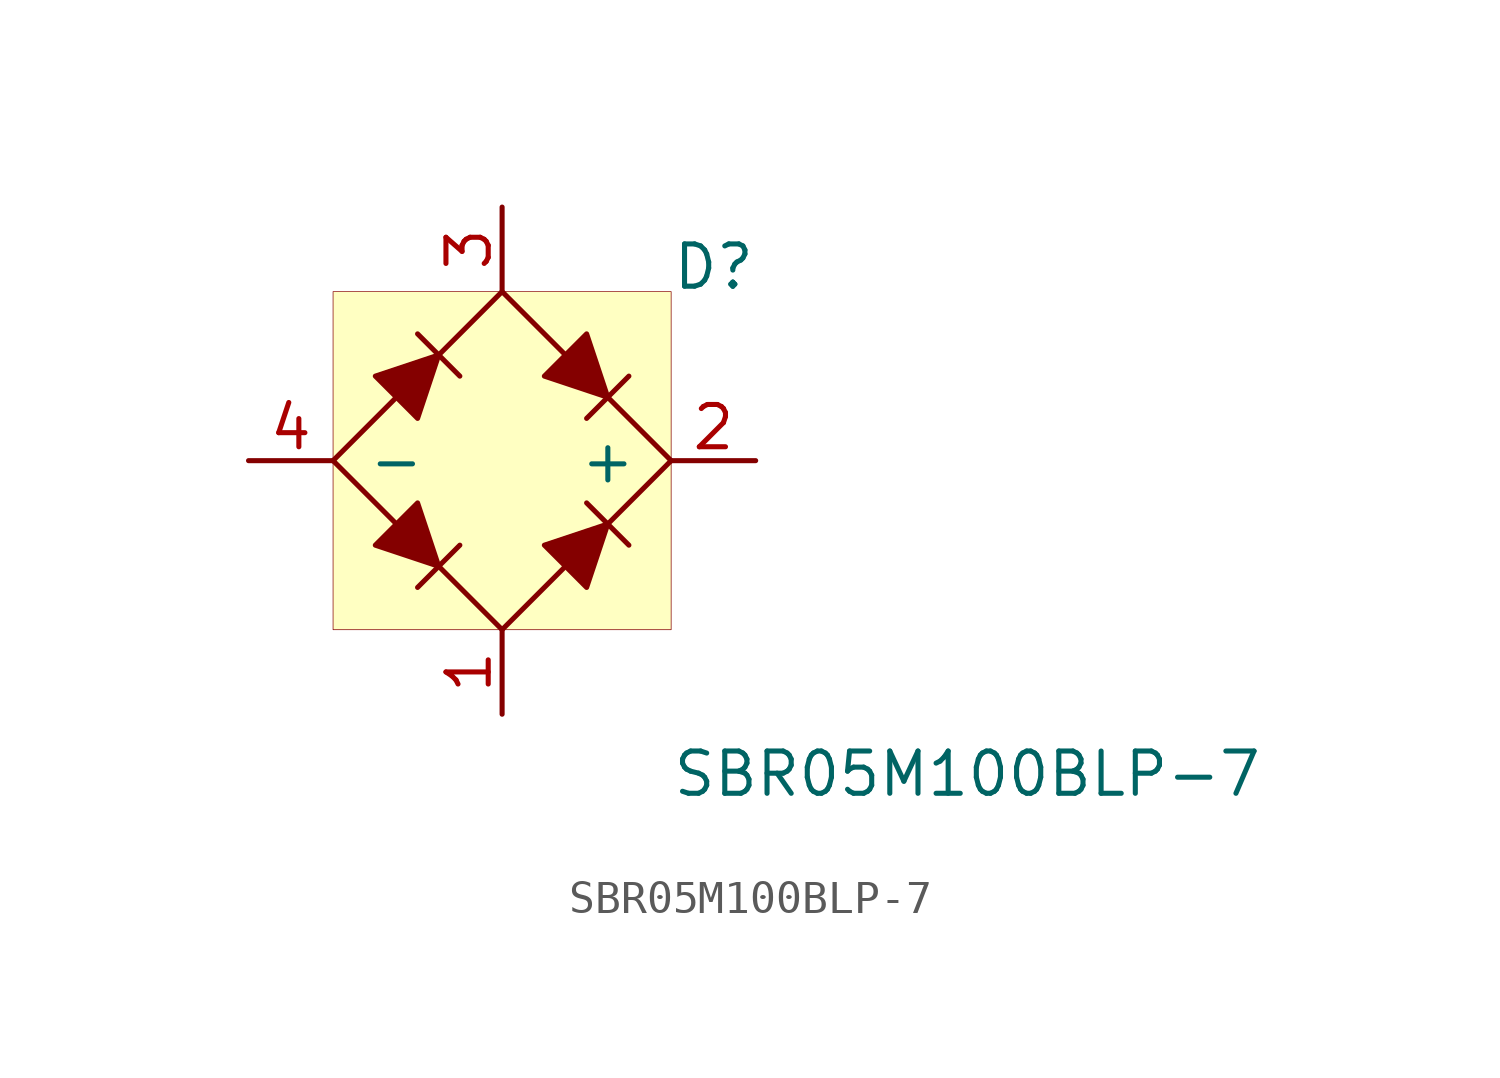
<source format=kicad_sym>
(kicad_symbol_lib
  (version 20231120)
  (generator "kicad_symbol_editor")
  (generator_version "8.0")
  (symbol "SBR05M100BLP-7"
    (pin_names
      (offset 1.016))
    (property "Reference" "D"
      (at 5.08 5.08 0)
      (effects (font (size 1.27 1.27)) (justify left bottom)))
    (property "Value" "SBR05M100BLP-7"
      (at 5.08 -10.16 0)
      (effects (font (size 1.27 1.27)) (justify left bottom)))
    (symbol "SBR05M100BLP-7_0_1"
      (polyline (pts (xy -2.54 3.81) (xy -1.27 2.54)) (stroke (width 0) (type default)) (fill (type none)))
      (polyline (pts (xy -1.27 -2.54) (xy -2.54 -3.81)) (stroke (width 0) (type default)) (fill (type none)))
      (polyline (pts (xy 2.54 -1.27) (xy 3.81 -2.54)) (stroke (width 0) (type default)) (fill (type none)))
      (polyline (pts (xy 2.54 1.27) (xy 3.81 2.54)) (stroke (width 0) (type default)) (fill (type none)))
      (polyline (pts (xy -5.08 0) (xy 0 -5.08) (xy 5.08 0) (xy 0 5.08) (xy -5.08 0)) (stroke (width 0) (type default)) (fill (type none))))
    (symbol "SBR05M100BLP-7_1_1"
      (rectangle (start -5.08 5.08) (end 5.08 -5.08) (stroke (width 0.003) (type default)) (fill (type background)))
      (polyline (pts (xy -3.81 2.54) (xy -2.54 1.27) (xy -1.905 3.175) (xy -3.81 2.54)) (stroke (width 0) (type default)) (fill (type outline)))
      (polyline (pts (xy -2.54 -1.27) (xy -3.81 -2.54) (xy -1.905 -3.175) (xy -2.54 -1.27)) (stroke (width 0) (type default)) (fill (type outline)))
      (polyline (pts (xy 1.27 2.54) (xy 2.54 3.81) (xy 3.175 1.905) (xy 1.27 2.54)) (stroke (width 0) (type default)) (fill (type outline)))
      (polyline (pts (xy 3.175 -1.905) (xy 1.27 -2.54) (xy 2.54 -3.81) (xy 3.175 -1.905)) (stroke (width 0) (type default)) (fill (type outline)))
      (pin passive line (at 0 -7.62 90) (length 2.54) (name "~" (effects (font (size 1.27 1.27)))) (number "1" (effects (font (size 1.27 1.27)))))
      (pin passive line (at 7.62 0 180) (length 2.54) (name "+" (effects (font (size 1.27 1.27)))) (number "2" (effects (font (size 1.27 1.27)))))
      (pin passive line (at 0 7.62 270) (length 2.54) (name "~" (effects (font (size 1.27 1.27)))) (number "3" (effects (font (size 1.27 1.27)))))
      (pin passive line (at -7.62 0 0) (length 2.54) (name "-" (effects (font (size 1.27 1.27)))) (number "4" (effects (font (size 1.27 1.27))))))))
</source>
